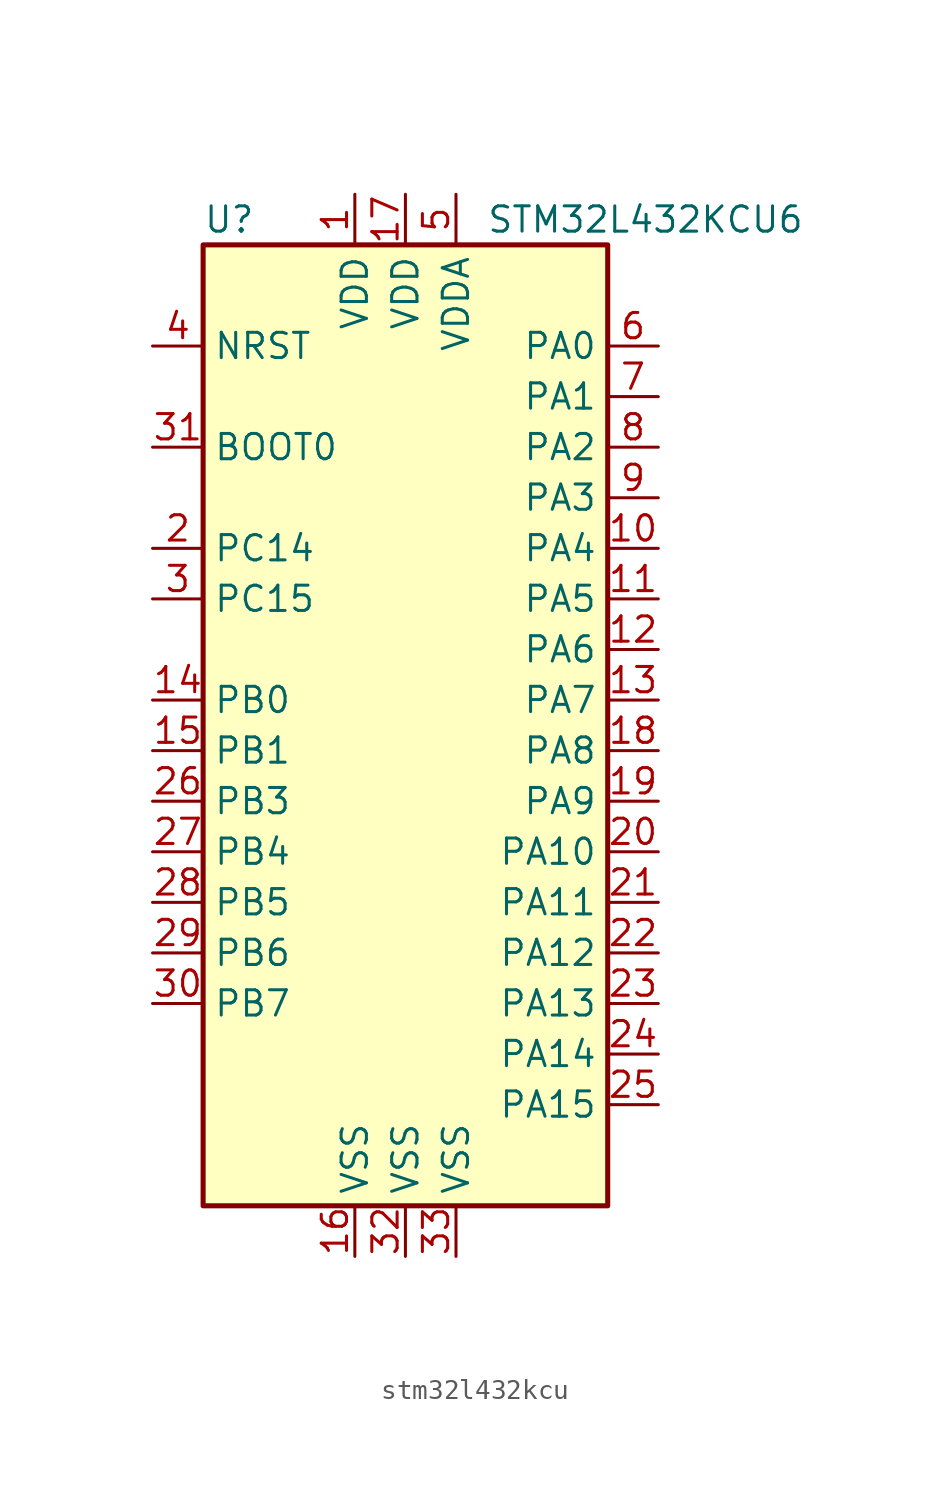
<source format=kicad_sym>
(kicad_symbol_lib
  (version 20241209)
  (generator "kicad_symbol_editor")
  (generator_version "9.0")
  (symbol "stm32l432kcu"
    (property "Reference" "U"
      (at -10.16 25.4 0)
      (effects (font (size 1.27 1.27)) (justify left)))
    (property "Value" "STM32L432KCU6"
      (at 4.064 25.4 0)
      (effects (font (size 1.27 1.27)) (justify left)))
    (symbol "stm32l432kcu_0_1"
      (rectangle (start -10.16 24.13) (end 10.16 -24.13) (stroke (width 0.254) (type default)) (fill (type background))))
    (symbol "stm32l432kcu_1_1"
      (pin input line (at -12.7 19.05 0) (length 2.54) (name "NRST" (effects (font (size 1.27 1.27)))) (number "4" (effects (font (size 1.27 1.27)))))
      (pin bidirectional line (at -12.7 13.97 0) (length 2.54) (name "BOOT0" (effects (font (size 1.27 1.27)))) (number "31" (effects (font (size 1.27 1.27)))))
      (pin bidirectional line (at -12.7 8.89 0) (length 2.54) (name "PC14" (effects (font (size 1.27 1.27)))) (number "2" (effects (font (size 1.27 1.27)))) (alternate "RCC_OSC32_IN" bidirectional line))
      (pin bidirectional line (at -12.7 6.35 0) (length 2.54) (name "PC15" (effects (font (size 1.27 1.27)))) (number "3" (effects (font (size 1.27 1.27)))) (alternate "ADC1_EXTI15" bidirectional line) (alternate "RCC_OSC32_OUT" bidirectional line))
      (pin bidirectional line (at -12.7 1.27 0) (length 2.54) (name "PB0" (effects (font (size 1.27 1.27)))) (number "14" (effects (font (size 1.27 1.27)))) (alternate "ADC1_IN15" bidirectional line) (alternate "COMP1_OUT" bidirectional line) (alternate "QUADSPI_BK1_IO1" bidirectional line) (alternate "SAI1_EXTCLK" bidirectional line) (alternate "SPI1_NSS" bidirectional line) (alternate "TIM1_CH2N" bidirectional line))
      (pin bidirectional line (at -12.7 -1.27 0) (length 2.54) (name "PB1" (effects (font (size 1.27 1.27)))) (number "15" (effects (font (size 1.27 1.27)))) (alternate "ADC1_IN16" bidirectional line) (alternate "COMP1_INM" bidirectional line) (alternate "LPTIM2_IN1" bidirectional line) (alternate "LPUART1_DE" bidirectional line) (alternate "LPUART1_RTS" bidirectional line) (alternate "QUADSPI_BK1_IO0" bidirectional line) (alternate "TIM1_CH3N" bidirectional line))
      (pin bidirectional line (at -12.7 -3.81 0) (length 2.54) (name "PB3" (effects (font (size 1.27 1.27)))) (number "26" (effects (font (size 1.27 1.27)))) (alternate "COMP2_INM" bidirectional line) (alternate "SAI1_SCK_B" bidirectional line) (alternate "SPI1_SCK" bidirectional line) (alternate "SPI3_SCK" bidirectional line) (alternate "SYS_JTDO-SWO" bidirectional line) (alternate "TIM2_CH2" bidirectional line) (alternate "USART1_DE" bidirectional line) (alternate "USART1_RTS" bidirectional line))
      (pin bidirectional line (at -12.7 -6.35 0) (length 2.54) (name "PB4" (effects (font (size 1.27 1.27)))) (number "27" (effects (font (size 1.27 1.27)))) (alternate "COMP2_INP" bidirectional line) (alternate "I2C3_SDA" bidirectional line) (alternate "SAI1_MCLK_B" bidirectional line) (alternate "SPI1_MISO" bidirectional line) (alternate "SPI3_MISO" bidirectional line) (alternate "SYS_JTRST" bidirectional line) (alternate "TSC_G2_IO1" bidirectional line) (alternate "USART1_CTS" bidirectional line))
      (pin bidirectional line (at -12.7 -8.89 0) (length 2.54) (name "PB5" (effects (font (size 1.27 1.27)))) (number "28" (effects (font (size 1.27 1.27)))) (alternate "COMP2_OUT" bidirectional line) (alternate "I2C1_SMBA" bidirectional line) (alternate "LPTIM1_IN1" bidirectional line) (alternate "SAI1_SD_B" bidirectional line) (alternate "SPI1_MOSI" bidirectional line) (alternate "SPI3_MOSI" bidirectional line) (alternate "TIM16_BKIN" bidirectional line) (alternate "TSC_G2_IO2" bidirectional line) (alternate "USART1_CK" bidirectional line))
      (pin bidirectional line (at -12.7 -11.43 0) (length 2.54) (name "PB6" (effects (font (size 1.27 1.27)))) (number "29" (effects (font (size 1.27 1.27)))) (alternate "COMP2_INP" bidirectional line) (alternate "I2C1_SCL" bidirectional line) (alternate "LPTIM1_ETR" bidirectional line) (alternate "SAI1_FS_B" bidirectional line) (alternate "TIM16_CH1N" bidirectional line) (alternate "TSC_G2_IO3" bidirectional line) (alternate "USART1_TX" bidirectional line))
      (pin bidirectional line (at -12.7 -13.97 0) (length 2.54) (name "PB7" (effects (font (size 1.27 1.27)))) (number "30" (effects (font (size 1.27 1.27)))) (alternate "COMP2_INM" bidirectional line) (alternate "I2C1_SDA" bidirectional line) (alternate "LPTIM1_IN2" bidirectional line) (alternate "SYS_PVD_IN" bidirectional line) (alternate "TSC_G2_IO4" bidirectional line) (alternate "USART1_RX" bidirectional line))
      (pin power_in line (at -2.54 26.67 270) (length 2.54) (name "VDD" (effects (font (size 1.27 1.27)))) (number "1" (effects (font (size 1.27 1.27)))))
      (pin power_in line (at -2.54 -26.67 90) (length 2.54) (name "VSS" (effects (font (size 1.27 1.27)))) (number "16" (effects (font (size 1.27 1.27)))))
      (pin power_in line (at 0 26.67 270) (length 2.54) (name "VDD" (effects (font (size 1.27 1.27)))) (number "17" (effects (font (size 1.27 1.27)))))
      (pin power_in line (at 0 -26.67 90) (length 2.54) (name "VSS" (effects (font (size 1.27 1.27)))) (number "32" (effects (font (size 1.27 1.27)))))
      (pin power_in line (at 2.54 26.67 270) (length 2.54) (name "VDDA" (effects (font (size 1.27 1.27)))) (number "5" (effects (font (size 1.27 1.27)))))
      (pin power_in line (at 2.54 -26.67 90) (length 2.54) (name "VSS" (effects (font (size 1.27 1.27)))) (number "33" (effects (font (size 1.27 1.27)))))
      (pin bidirectional line (at 12.7 19.05 180) (length 2.54) (name "PA0" (effects (font (size 1.27 1.27)))) (number "6" (effects (font (size 1.27 1.27)))) (alternate "ADC1_IN5" bidirectional line) (alternate "COMP1_INM" bidirectional line) (alternate "COMP1_OUT" bidirectional line) (alternate "OPAMP1_VINP" bidirectional line) (alternate "RCC_CK_IN" bidirectional line) (alternate "RTC_TAMP2" bidirectional line) (alternate "SAI1_EXTCLK" bidirectional line) (alternate "SYS_WKUP1" bidirectional line) (alternate "TIM2_CH1" bidirectional line) (alternate "TIM2_ETR" bidirectional line) (alternate "USART2_CTS" bidirectional line))
      (pin bidirectional line (at 12.7 16.51 180) (length 2.54) (name "PA1" (effects (font (size 1.27 1.27)))) (number "7" (effects (font (size 1.27 1.27)))) (alternate "ADC1_IN6" bidirectional line) (alternate "COMP1_INP" bidirectional line) (alternate "I2C1_SMBA" bidirectional line) (alternate "OPAMP1_VINM" bidirectional line) (alternate "SPI1_SCK" bidirectional line) (alternate "TIM15_CH1N" bidirectional line) (alternate "TIM2_CH2" bidirectional line) (alternate "USART2_DE" bidirectional line) (alternate "USART2_RTS" bidirectional line))
      (pin bidirectional line (at 12.7 13.97 180) (length 2.54) (name "PA2" (effects (font (size 1.27 1.27)))) (number "8" (effects (font (size 1.27 1.27)))) (alternate "ADC1_IN7" bidirectional line) (alternate "COMP2_INM" bidirectional line) (alternate "COMP2_OUT" bidirectional line) (alternate "LPUART1_TX" bidirectional line) (alternate "QUADSPI_BK1_NCS" bidirectional line) (alternate "RCC_LSCO" bidirectional line) (alternate "SYS_WKUP4" bidirectional line) (alternate "TIM15_CH1" bidirectional line) (alternate "TIM2_CH3" bidirectional line) (alternate "USART2_TX" bidirectional line))
      (pin bidirectional line (at 12.7 11.43 180) (length 2.54) (name "PA3" (effects (font (size 1.27 1.27)))) (number "9" (effects (font (size 1.27 1.27)))) (alternate "ADC1_IN8" bidirectional line) (alternate "COMP2_INP" bidirectional line) (alternate "LPUART1_RX" bidirectional line) (alternate "OPAMP1_VOUT" bidirectional line) (alternate "QUADSPI_CLK" bidirectional line) (alternate "SAI1_MCLK_A" bidirectional line) (alternate "TIM15_CH2" bidirectional line) (alternate "TIM2_CH4" bidirectional line) (alternate "USART2_RX" bidirectional line))
      (pin bidirectional line (at 12.7 8.89 180) (length 2.54) (name "PA4" (effects (font (size 1.27 1.27)))) (number "10" (effects (font (size 1.27 1.27)))) (alternate "ADC1_IN9" bidirectional line) (alternate "COMP1_INM" bidirectional line) (alternate "COMP2_INM" bidirectional line) (alternate "DAC1_OUT1" bidirectional line) (alternate "LPTIM2_OUT" bidirectional line) (alternate "SAI1_FS_B" bidirectional line) (alternate "SPI1_NSS" bidirectional line) (alternate "SPI3_NSS" bidirectional line) (alternate "USART2_CK" bidirectional line))
      (pin bidirectional line (at 12.7 6.35 180) (length 2.54) (name "PA5" (effects (font (size 1.27 1.27)))) (number "11" (effects (font (size 1.27 1.27)))) (alternate "ADC1_IN10" bidirectional line) (alternate "COMP1_INM" bidirectional line) (alternate "COMP2_INM" bidirectional line) (alternate "DAC1_OUT2" bidirectional line) (alternate "LPTIM2_ETR" bidirectional line) (alternate "SPI1_SCK" bidirectional line) (alternate "TIM2_CH1" bidirectional line) (alternate "TIM2_ETR" bidirectional line))
      (pin bidirectional line (at 12.7 3.81 180) (length 2.54) (name "PA6" (effects (font (size 1.27 1.27)))) (number "12" (effects (font (size 1.27 1.27)))) (alternate "ADC1_IN11" bidirectional line) (alternate "COMP1_OUT" bidirectional line) (alternate "LPUART1_CTS" bidirectional line) (alternate "QUADSPI_BK1_IO3" bidirectional line) (alternate "SPI1_MISO" bidirectional line) (alternate "TIM16_CH1" bidirectional line) (alternate "TIM1_BKIN" bidirectional line) (alternate "TIM1_BKIN_COMP2" bidirectional line))
      (pin bidirectional line (at 12.7 1.27 180) (length 2.54) (name "PA7" (effects (font (size 1.27 1.27)))) (number "13" (effects (font (size 1.27 1.27)))) (alternate "ADC1_IN12" bidirectional line) (alternate "COMP2_OUT" bidirectional line) (alternate "I2C3_SCL" bidirectional line) (alternate "QUADSPI_BK1_IO2" bidirectional line) (alternate "SPI1_MOSI" bidirectional line) (alternate "TIM1_CH1N" bidirectional line))
      (pin bidirectional line (at 12.7 -1.27 180) (length 2.54) (name "PA8" (effects (font (size 1.27 1.27)))) (number "18" (effects (font (size 1.27 1.27)))) (alternate "LPTIM2_OUT" bidirectional line) (alternate "RCC_MCO" bidirectional line) (alternate "SAI1_SCK_A" bidirectional line) (alternate "SWPMI1_IO" bidirectional line) (alternate "TIM1_CH1" bidirectional line) (alternate "USART1_CK" bidirectional line))
      (pin bidirectional line (at 12.7 -3.81 180) (length 2.54) (name "PA9" (effects (font (size 1.27 1.27)))) (number "19" (effects (font (size 1.27 1.27)))) (alternate "DAC1_EXTI9" bidirectional line) (alternate "I2C1_SCL" bidirectional line) (alternate "SAI1_FS_A" bidirectional line) (alternate "TIM15_BKIN" bidirectional line) (alternate "TIM1_CH2" bidirectional line) (alternate "USART1_TX" bidirectional line))
      (pin bidirectional line (at 12.7 -6.35 180) (length 2.54) (name "PA10" (effects (font (size 1.27 1.27)))) (number "20" (effects (font (size 1.27 1.27)))) (alternate "CRS_SYNC" bidirectional line) (alternate "I2C1_SDA" bidirectional line) (alternate "SAI1_SD_A" bidirectional line) (alternate "TIM1_CH3" bidirectional line) (alternate "USART1_RX" bidirectional line))
      (pin bidirectional line (at 12.7 -8.89 180) (length 2.54) (name "PA11" (effects (font (size 1.27 1.27)))) (number "21" (effects (font (size 1.27 1.27)))) (alternate "ADC1_EXTI11" bidirectional line) (alternate "CAN1_RX" bidirectional line) (alternate "COMP1_OUT" bidirectional line) (alternate "SPI1_MISO" bidirectional line) (alternate "TIM1_BKIN2" bidirectional line) (alternate "TIM1_BKIN2_COMP1" bidirectional line) (alternate "TIM1_CH4" bidirectional line) (alternate "USART1_CTS" bidirectional line) (alternate "USB_DM" bidirectional line))
      (pin bidirectional line (at 12.7 -11.43 180) (length 2.54) (name "PA12" (effects (font (size 1.27 1.27)))) (number "22" (effects (font (size 1.27 1.27)))) (alternate "CAN1_TX" bidirectional line) (alternate "SPI1_MOSI" bidirectional line) (alternate "TIM1_ETR" bidirectional line) (alternate "USART1_DE" bidirectional line) (alternate "USART1_RTS" bidirectional line) (alternate "USB_DP" bidirectional line))
      (pin bidirectional line (at 12.7 -13.97 180) (length 2.54) (name "PA13" (effects (font (size 1.27 1.27)))) (number "23" (effects (font (size 1.27 1.27)))) (alternate "IR_OUT" bidirectional line) (alternate "SAI1_SD_B" bidirectional line) (alternate "SWPMI1_TX" bidirectional line) (alternate "SYS_JTMS-SWDIO" bidirectional line) (alternate "USB_NOE" bidirectional line))
      (pin bidirectional line (at 12.7 -16.51 180) (length 2.54) (name "PA14" (effects (font (size 1.27 1.27)))) (number "24" (effects (font (size 1.27 1.27)))) (alternate "I2C1_SMBA" bidirectional line) (alternate "LPTIM1_OUT" bidirectional line) (alternate "SAI1_FS_B" bidirectional line) (alternate "SWPMI1_RX" bidirectional line) (alternate "SYS_JTCK-SWCLK" bidirectional line))
      (pin bidirectional line (at 12.7 -19.05 180) (length 2.54) (name "PA15" (effects (font (size 1.27 1.27)))) (number "25" (effects (font (size 1.27 1.27)))) (alternate "ADC1_EXTI15" bidirectional line) (alternate "SPI1_NSS" bidirectional line) (alternate "SPI3_NSS" bidirectional line) (alternate "SWPMI1_SUSPEND" bidirectional line) (alternate "SYS_JTDI" bidirectional line) (alternate "TIM2_CH1" bidirectional line) (alternate "TIM2_ETR" bidirectional line) (alternate "USART2_RX" bidirectional line)))))
</source>
